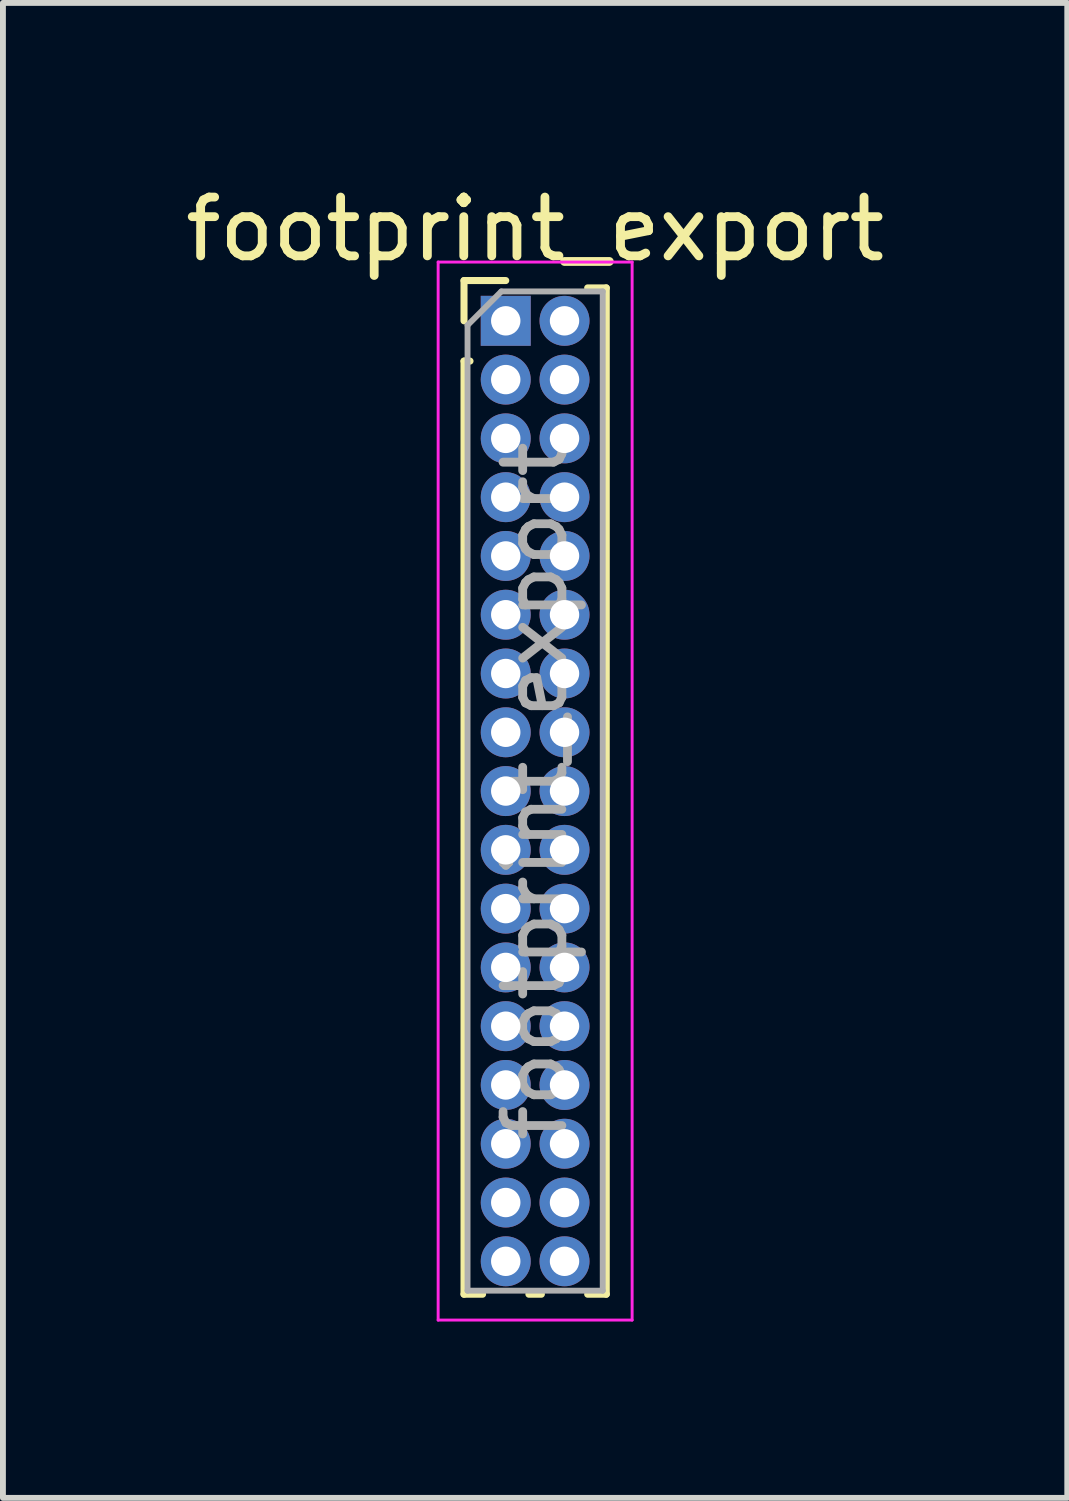
<source format=kicad_pcb>
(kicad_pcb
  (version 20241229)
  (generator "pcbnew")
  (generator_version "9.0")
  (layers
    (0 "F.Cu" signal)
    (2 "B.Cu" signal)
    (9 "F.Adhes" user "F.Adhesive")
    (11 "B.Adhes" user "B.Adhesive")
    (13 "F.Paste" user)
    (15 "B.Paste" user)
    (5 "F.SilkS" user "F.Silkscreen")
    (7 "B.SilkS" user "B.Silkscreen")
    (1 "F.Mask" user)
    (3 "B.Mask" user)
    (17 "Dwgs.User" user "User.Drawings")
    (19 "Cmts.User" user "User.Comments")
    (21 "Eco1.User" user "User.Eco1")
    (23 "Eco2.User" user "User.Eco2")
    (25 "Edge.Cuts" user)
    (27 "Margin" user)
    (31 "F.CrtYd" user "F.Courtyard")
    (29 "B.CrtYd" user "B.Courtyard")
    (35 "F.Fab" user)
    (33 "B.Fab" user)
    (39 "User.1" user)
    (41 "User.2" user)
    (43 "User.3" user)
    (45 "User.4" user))
  (footprint "footprint_export"
    (layer "F.Cu")
    (at 5.554 2.408)
    (property "Reference" "footprint_export" (at 0.5 -1.56 0) (layer "F.SilkS") (effects (font (size 1 1) (thickness 0.15))))
    (attr through_hole)
    (fp_line (start -0.71 -0.685) (end 0 -0.685) (stroke (width 0.12) (type solid)) (layer "F.SilkS"))
    (fp_line (start -0.71 0) (end -0.71 -0.685) (stroke (width 0.12) (type solid)) (layer "F.SilkS"))
    (fp_line (start -0.71 0.685) (end -0.71 16.56) (stroke (width 0.12) (type solid)) (layer "F.SilkS"))
    (fp_line (start -0.71 0.685) (end -0.608 0.685) (stroke (width 0.12) (type solid)) (layer "F.SilkS"))
    (fp_line (start -0.71 16.56) (end -0.394 16.56) (stroke (width 0.12) (type solid)) (layer "F.SilkS"))
    (fp_line (start 0.394 16.56) (end 0.606 16.56) (stroke (width 0.12) (type solid)) (layer "F.SilkS"))
    (fp_line (start 1.394 -0.56) (end 1.71 -0.56) (stroke (width 0.12) (type solid)) (layer "F.SilkS"))
    (fp_line (start 1.394 16.56) (end 1.71 16.56) (stroke (width 0.12) (type solid)) (layer "F.SilkS"))
    (fp_line (start 1.71 -0.56) (end 1.71 16.56) (stroke (width 0.12) (type solid)) (layer "F.SilkS"))
    (fp_line (start -1.15 -1) (end -1.15 17) (stroke (width 0.05) (type solid)) (layer "F.CrtYd"))
    (fp_line (start -1.15 17) (end 2.15 17) (stroke (width 0.05) (type solid)) (layer "F.CrtYd"))
    (fp_line (start 2.15 -1) (end -1.15 -1) (stroke (width 0.05) (type solid)) (layer "F.CrtYd"))
    (fp_line (start 2.15 17) (end 2.15 -1) (stroke (width 0.05) (type solid)) (layer "F.CrtYd"))
    (fp_line (start -0.65 0.075) (end -0.075 -0.5) (stroke (width 0.1) (type solid)) (layer "F.Fab"))
    (fp_line (start -0.65 16.5) (end -0.65 0.075) (stroke (width 0.1) (type solid)) (layer "F.Fab"))
    (fp_line (start -0.075 -0.5) (end 1.65 -0.5) (stroke (width 0.1) (type solid)) (layer "F.Fab"))
    (fp_line (start 1.65 -0.5) (end 1.65 16.5) (stroke (width 0.1) (type solid)) (layer "F.Fab"))
    (fp_line (start 1.65 16.5) (end -0.65 16.5) (stroke (width 0.1) (type solid)) (layer "F.Fab"))
    (fp_text user "${REFERENCE}" (at 0.5 8 90) (layer "F.Fab") (effects (font (size 1 1) (thickness 0.15))))
    (pad "1" thru_hole rect (at 0 0) (size 0.85 0.85) (drill 0.5) (layers "*.Cu" "*.Mask"))
    (pad "2" thru_hole oval (at 1 0) (size 0.85 0.85) (drill 0.5) (layers "*.Cu" "*.Mask"))
    (pad "3" thru_hole oval (at 0 1) (size 0.85 0.85) (drill 0.5) (layers "*.Cu" "*.Mask"))
    (pad "4" thru_hole oval (at 1 1) (size 0.85 0.85) (drill 0.5) (layers "*.Cu" "*.Mask"))
    (pad "5" thru_hole oval (at 0 2) (size 0.85 0.85) (drill 0.5) (layers "*.Cu" "*.Mask"))
    (pad "6" thru_hole oval (at 1 2) (size 0.85 0.85) (drill 0.5) (layers "*.Cu" "*.Mask"))
    (pad "7" thru_hole oval (at 0 3) (size 0.85 0.85) (drill 0.5) (layers "*.Cu" "*.Mask"))
    (pad "8" thru_hole oval (at 1 3) (size 0.85 0.85) (drill 0.5) (layers "*.Cu" "*.Mask"))
    (pad "9" thru_hole oval (at 0 4) (size 0.85 0.85) (drill 0.5) (layers "*.Cu" "*.Mask"))
    (pad "10" thru_hole oval (at 1 4) (size 0.85 0.85) (drill 0.5) (layers "*.Cu" "*.Mask"))
    (pad "11" thru_hole oval (at 0 5) (size 0.85 0.85) (drill 0.5) (layers "*.Cu" "*.Mask"))
    (pad "12" thru_hole oval (at 1 5) (size 0.85 0.85) (drill 0.5) (layers "*.Cu" "*.Mask"))
    (pad "13" thru_hole oval (at 0 6) (size 0.85 0.85) (drill 0.5) (layers "*.Cu" "*.Mask"))
    (pad "14" thru_hole oval (at 1 6) (size 0.85 0.85) (drill 0.5) (layers "*.Cu" "*.Mask"))
    (pad "15" thru_hole oval (at 0 7) (size 0.85 0.85) (drill 0.5) (layers "*.Cu" "*.Mask"))
    (pad "16" thru_hole oval (at 1 7) (size 0.85 0.85) (drill 0.5) (layers "*.Cu" "*.Mask"))
    (pad "17" thru_hole oval (at 0 8) (size 0.85 0.85) (drill 0.5) (layers "*.Cu" "*.Mask"))
    (pad "18" thru_hole oval (at 1 8) (size 0.85 0.85) (drill 0.5) (layers "*.Cu" "*.Mask"))
    (pad "19" thru_hole oval (at 0 9) (size 0.85 0.85) (drill 0.5) (layers "*.Cu" "*.Mask"))
    (pad "20" thru_hole oval (at 1 9) (size 0.85 0.85) (drill 0.5) (layers "*.Cu" "*.Mask"))
    (pad "21" thru_hole oval (at 0 10) (size 0.85 0.85) (drill 0.5) (layers "*.Cu" "*.Mask"))
    (pad "22" thru_hole oval (at 1 10) (size 0.85 0.85) (drill 0.5) (layers "*.Cu" "*.Mask"))
    (pad "23" thru_hole oval (at 0 11) (size 0.85 0.85) (drill 0.5) (layers "*.Cu" "*.Mask"))
    (pad "24" thru_hole oval (at 1 11) (size 0.85 0.85) (drill 0.5) (layers "*.Cu" "*.Mask"))
    (pad "25" thru_hole oval (at 0 12) (size 0.85 0.85) (drill 0.5) (layers "*.Cu" "*.Mask"))
    (pad "26" thru_hole oval (at 1 12) (size 0.85 0.85) (drill 0.5) (layers "*.Cu" "*.Mask"))
    (pad "27" thru_hole oval (at 0 13) (size 0.85 0.85) (drill 0.5) (layers "*.Cu" "*.Mask"))
    (pad "28" thru_hole oval (at 1 13) (size 0.85 0.85) (drill 0.5) (layers "*.Cu" "*.Mask"))
    (pad "29" thru_hole oval (at 0 14) (size 0.85 0.85) (drill 0.5) (layers "*.Cu" "*.Mask"))
    (pad "30" thru_hole oval (at 1 14) (size 0.85 0.85) (drill 0.5) (layers "*.Cu" "*.Mask"))
    (pad "31" thru_hole oval (at 0 15) (size 0.85 0.85) (drill 0.5) (layers "*.Cu" "*.Mask"))
    (pad "32" thru_hole oval (at 1 15) (size 0.85 0.85) (drill 0.5) (layers "*.Cu" "*.Mask"))
    (pad "33" thru_hole oval (at 0 16) (size 0.85 0.85) (drill 0.5) (layers "*.Cu" "*.Mask"))
    (pad "34" thru_hole oval (at 1 16) (size 0.85 0.85) (drill 0.5) (layers "*.Cu" "*.Mask")))
  (gr_rect
    (start -3 -3)
    (end 15.107 22.433)
    (stroke (width 0.1) (type default))
    (fill no)
    (layer "Edge.Cuts")))
</source>
